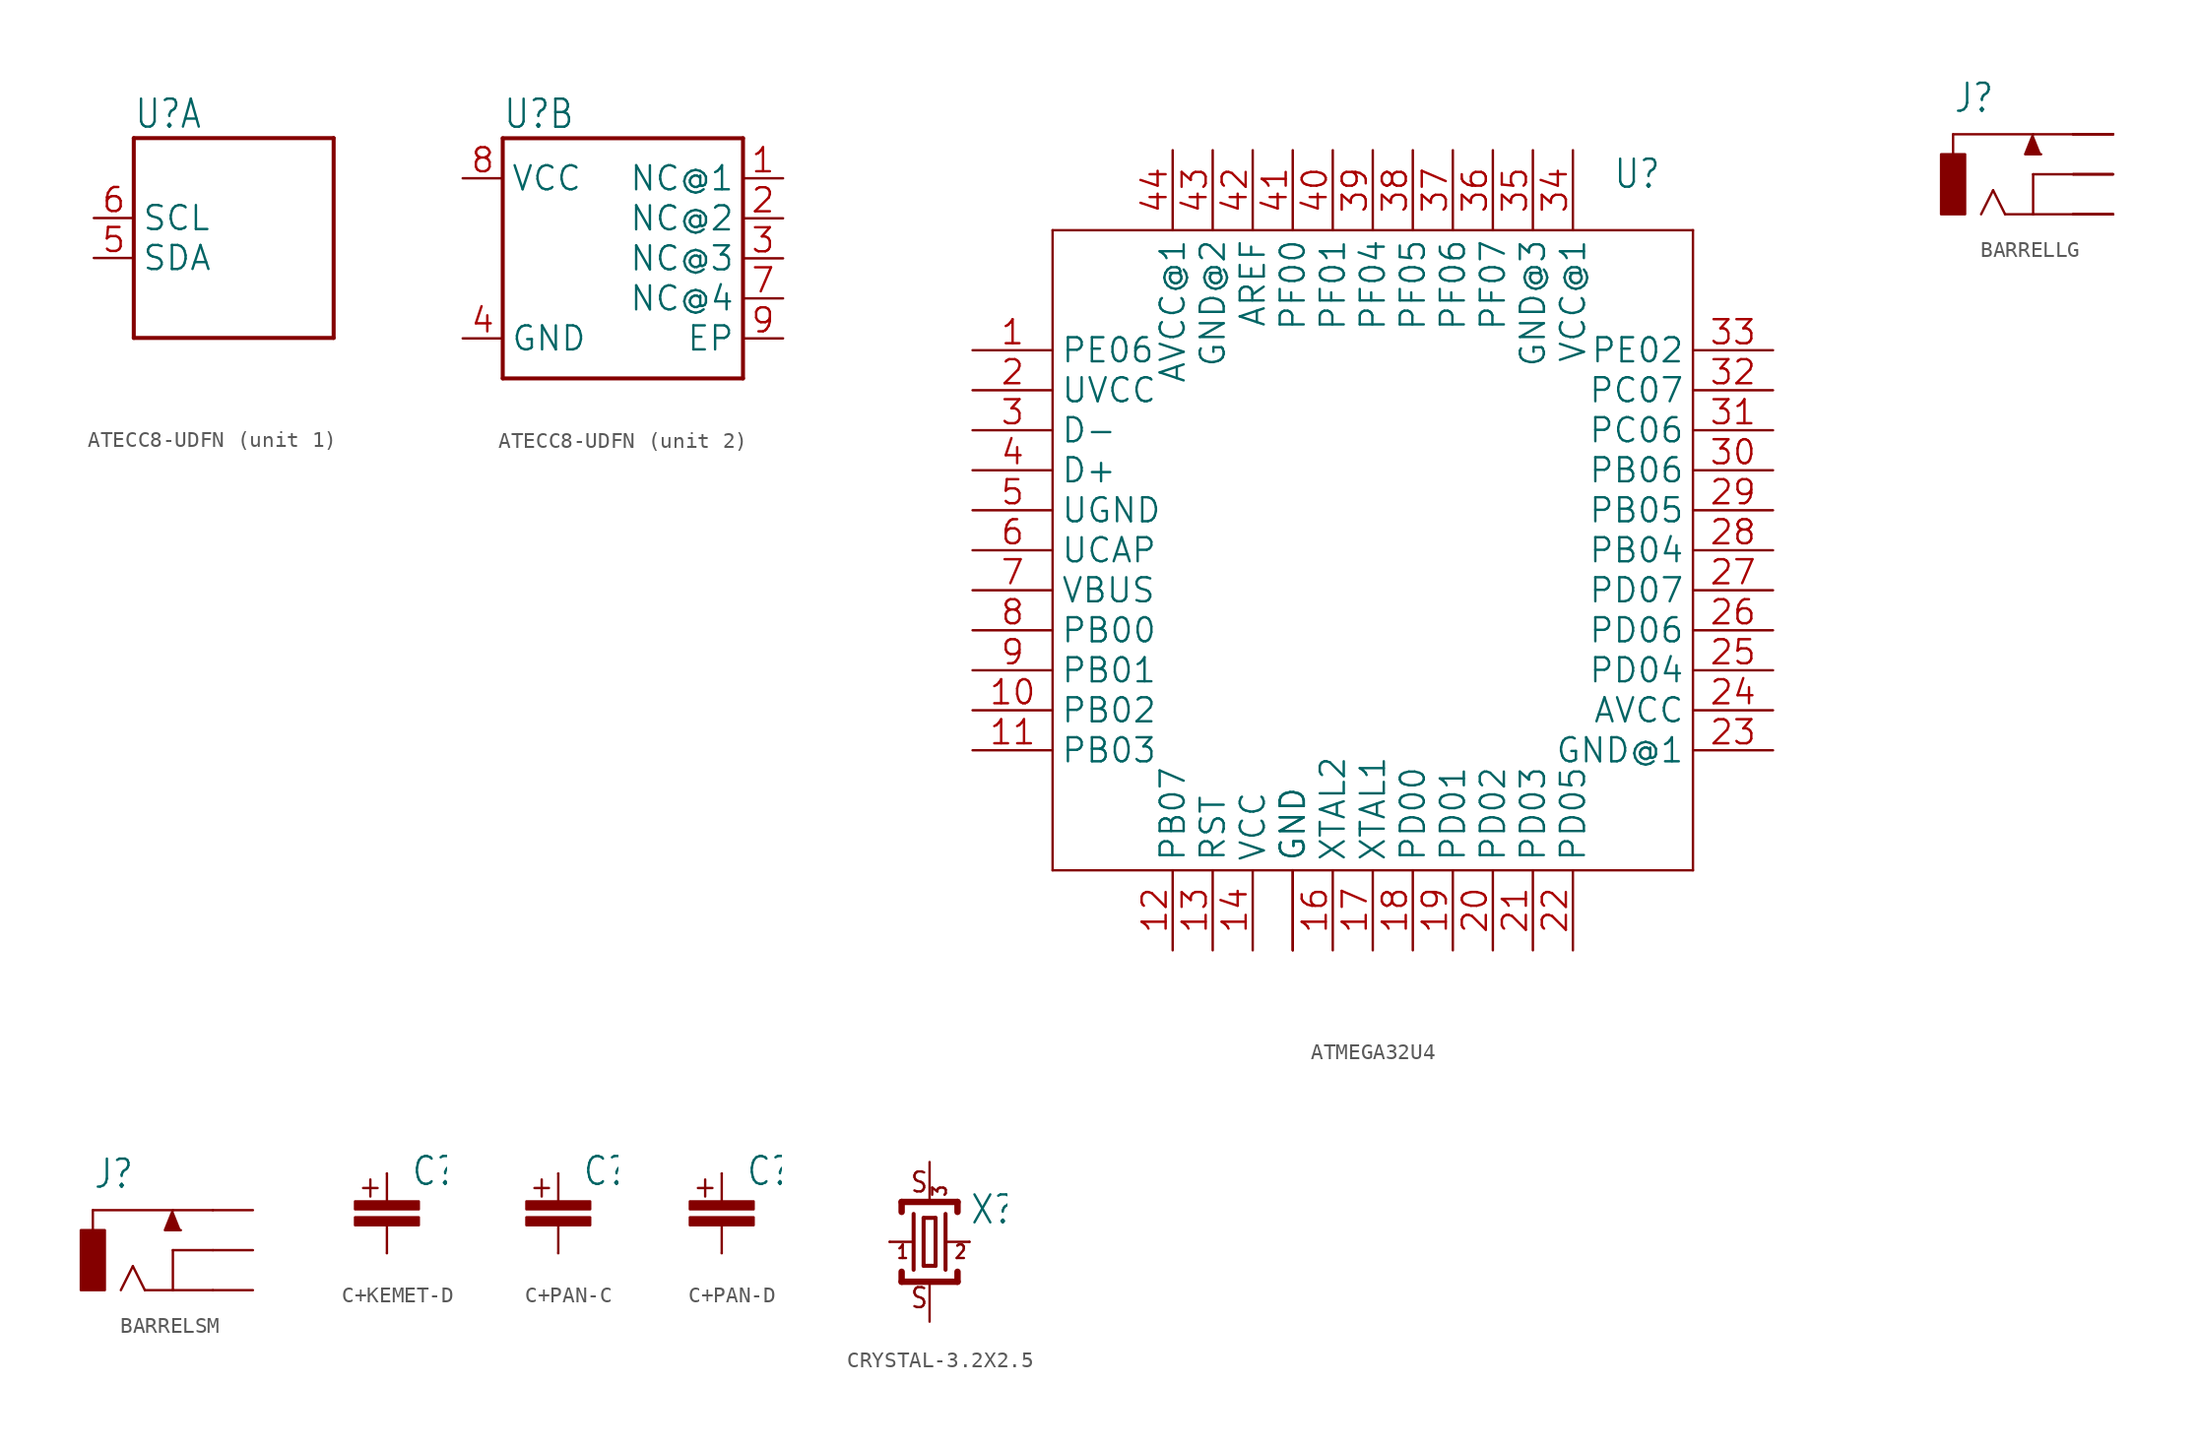
<source format=kicad_sym>
(kicad_symbol_lib
  (version 20241209)
  (generator "kicad_symbol_editor")
  (generator_version "9.0")
  (symbol "ATECC8-UDFN"
    (property "Reference" "U"
      (at -7.62 8.128 0)
      (effects (font (size 1.778 1.511)) (justify left bottom)))
    (property "Value" ""
      (at -7.62 -8.128 0)
      (effects (font (size 1.778 1.511)) (justify left top)))
    (property "ki_locked" ""
      (at 0 0 0)
      (effects (font (size 1.27 1.27))))
    (symbol "ATECC8-UDFN_1_0"
      (polyline (pts (xy -7.62 7.62) (xy 5.08 7.62)) (stroke (width 0.254) (type solid)) (fill (type none)))
      (polyline (pts (xy -7.62 -5.08) (xy -7.62 7.62)) (stroke (width 0.254) (type solid)) (fill (type none)))
      (polyline (pts (xy 5.08 7.62) (xy 5.08 -5.08)) (stroke (width 0.254) (type solid)) (fill (type none)))
      (polyline (pts (xy 5.08 -5.08) (xy -7.62 -5.08)) (stroke (width 0.254) (type solid)) (fill (type none)))
      (pin input line (at -10.16 2.54 0) (length 2.54) (name "SCL" (effects (font (size 1.524 1.524)))) (number "6" (effects (font (size 1.524 1.524)))))
      (pin bidirectional line (at -10.16 0 0) (length 2.54) (name "SDA" (effects (font (size 1.524 1.524)))) (number "5" (effects (font (size 1.524 1.524))))))
    (symbol "ATECC8-UDFN_2_0"
      (polyline (pts (xy -7.62 7.62) (xy 7.62 7.62)) (stroke (width 0.254) (type solid)) (fill (type none)))
      (polyline (pts (xy -7.62 -7.62) (xy -7.62 7.62)) (stroke (width 0.254) (type solid)) (fill (type none)))
      (polyline (pts (xy 7.62 7.62) (xy 7.62 -7.62)) (stroke (width 0.254) (type solid)) (fill (type none)))
      (polyline (pts (xy 7.62 -7.62) (xy -7.62 -7.62)) (stroke (width 0.254) (type solid)) (fill (type none)))
      (pin power_in line (at -10.16 5.08 0) (length 2.54) (name "VCC" (effects (font (size 1.524 1.524)))) (number "8" (effects (font (size 1.524 1.524)))))
      (pin power_in line (at -10.16 -5.08 0) (length 2.54) (name "GND" (effects (font (size 1.524 1.524)))) (number "4" (effects (font (size 1.524 1.524)))))
      (pin bidirectional line (at 10.16 5.08 180) (length 2.54) (name "NC@1" (effects (font (size 1.524 1.524)))) (number "1" (effects (font (size 1.524 1.524)))))
      (pin bidirectional line (at 10.16 2.54 180) (length 2.54) (name "NC@2" (effects (font (size 1.524 1.524)))) (number "2" (effects (font (size 1.524 1.524)))))
      (pin bidirectional line (at 10.16 0 180) (length 2.54) (name "NC@3" (effects (font (size 1.524 1.524)))) (number "3" (effects (font (size 1.524 1.524)))))
      (pin bidirectional line (at 10.16 -2.54 180) (length 2.54) (name "NC@4" (effects (font (size 1.524 1.524)))) (number "7" (effects (font (size 1.524 1.524)))))
      (pin passive line (at 10.16 -5.08 180) (length 2.54) (name "EP" (effects (font (size 1.524 1.524)))) (number "9" (effects (font (size 1.524 1.524)))))))
  (symbol "ATMEGA32U4"
    (property "Reference" "U"
      (at 15.24 22.86 0)
      (effects (font (size 1.778 1.511)) (justify left bottom)))
    (property "Value" ""
      (at 15.24 -22.86 0)
      (effects (font (size 1.778 1.511)) (justify left bottom)))
    (property "ki_locked" ""
      (at 0 0 0)
      (effects (font (size 1.27 1.27))))
    (symbol "ATMEGA32U4_1_0"
      (polyline (pts (xy -20.32 20.32) (xy -20.32 -20.32)) (stroke (width 0.152) (type solid)) (fill (type none)))
      (polyline (pts (xy -20.32 -20.32) (xy 20.32 -20.32)) (stroke (width 0.152) (type solid)) (fill (type none)))
      (polyline (pts (xy 20.32 20.32) (xy -20.32 20.32)) (stroke (width 0.152) (type solid)) (fill (type none)))
      (polyline (pts (xy 20.32 -20.32) (xy 20.32 20.32)) (stroke (width 0.152) (type solid)) (fill (type none)))
      (pin bidirectional line (at -25.4 12.7 0) (length 5.08) (name "PE06" (effects (font (size 1.524 1.524)))) (number "1" (effects (font (size 1.524 1.524)))))
      (pin bidirectional line (at -25.4 10.16 0) (length 5.08) (name "UVCC" (effects (font (size 1.524 1.524)))) (number "2" (effects (font (size 1.524 1.524)))))
      (pin bidirectional line (at -25.4 7.62 0) (length 5.08) (name "D-" (effects (font (size 1.524 1.524)))) (number "3" (effects (font (size 1.524 1.524)))))
      (pin bidirectional line (at -25.4 5.08 0) (length 5.08) (name "D+" (effects (font (size 1.524 1.524)))) (number "4" (effects (font (size 1.524 1.524)))))
      (pin bidirectional line (at -25.4 2.54 0) (length 5.08) (name "UGND" (effects (font (size 1.524 1.524)))) (number "5" (effects (font (size 1.524 1.524)))))
      (pin bidirectional line (at -25.4 0 0) (length 5.08) (name "UCAP" (effects (font (size 1.524 1.524)))) (number "6" (effects (font (size 1.524 1.524)))))
      (pin bidirectional line (at -25.4 -2.54 0) (length 5.08) (name "VBUS" (effects (font (size 1.524 1.524)))) (number "7" (effects (font (size 1.524 1.524)))))
      (pin bidirectional line (at -25.4 -5.08 0) (length 5.08) (name "PB00" (effects (font (size 1.524 1.524)))) (number "8" (effects (font (size 1.524 1.524)))))
      (pin bidirectional line (at -25.4 -7.62 0) (length 5.08) (name "PB01" (effects (font (size 1.524 1.524)))) (number "9" (effects (font (size 1.524 1.524)))))
      (pin bidirectional line (at -25.4 -10.16 0) (length 5.08) (name "PB02" (effects (font (size 1.524 1.524)))) (number "10" (effects (font (size 1.524 1.524)))))
      (pin bidirectional line (at -25.4 -12.7 0) (length 5.08) (name "PB03" (effects (font (size 1.524 1.524)))) (number "11" (effects (font (size 1.524 1.524)))))
      (pin bidirectional line (at -12.7 25.4 270) (length 5.08) (name "AVCC@1" (effects (font (size 1.524 1.524)))) (number "44" (effects (font (size 1.524 1.524)))))
      (pin bidirectional line (at -12.7 -25.4 90) (length 5.08) (name "PB07" (effects (font (size 1.524 1.524)))) (number "12" (effects (font (size 1.524 1.524)))))
      (pin bidirectional line (at -10.16 25.4 270) (length 5.08) (name "GND@2" (effects (font (size 1.524 1.524)))) (number "43" (effects (font (size 1.524 1.524)))))
      (pin bidirectional line (at -10.16 -25.4 90) (length 5.08) (name "RST" (effects (font (size 1.524 1.524)))) (number "13" (effects (font (size 1.524 1.524)))))
      (pin bidirectional line (at -7.62 25.4 270) (length 5.08) (name "AREF" (effects (font (size 1.524 1.524)))) (number "42" (effects (font (size 1.524 1.524)))))
      (pin bidirectional line (at -7.62 -25.4 90) (length 5.08) (name "VCC" (effects (font (size 1.524 1.524)))) (number "14" (effects (font (size 1.524 1.524)))))
      (pin bidirectional line (at -5.08 25.4 270) (length 5.08) (name "PF00" (effects (font (size 1.524 1.524)))) (number "41" (effects (font (size 1.524 1.524)))))
      (pin bidirectional line (at -5.08 -25.4 90) (length 5.08) (name "GND" (effects (font (size 1.524 1.524)))) (number "15" (effects (font (size 0 0)))))
      (pin bidirectional line (at -5.08 -25.4 90) (length 5.08) (name "GND" (effects (font (size 1.524 1.524)))) (number "45" (effects (font (size 0 0)))))
      (pin bidirectional line (at -2.54 25.4 270) (length 5.08) (name "PF01" (effects (font (size 1.524 1.524)))) (number "40" (effects (font (size 1.524 1.524)))))
      (pin bidirectional line (at -2.54 -25.4 90) (length 5.08) (name "XTAL2" (effects (font (size 1.524 1.524)))) (number "16" (effects (font (size 1.524 1.524)))))
      (pin bidirectional line (at 0 25.4 270) (length 5.08) (name "PF04" (effects (font (size 1.524 1.524)))) (number "39" (effects (font (size 1.524 1.524)))))
      (pin bidirectional line (at 0 -25.4 90) (length 5.08) (name "XTAL1" (effects (font (size 1.524 1.524)))) (number "17" (effects (font (size 1.524 1.524)))))
      (pin bidirectional line (at 2.54 25.4 270) (length 5.08) (name "PF05" (effects (font (size 1.524 1.524)))) (number "38" (effects (font (size 1.524 1.524)))))
      (pin bidirectional line (at 2.54 -25.4 90) (length 5.08) (name "PD00" (effects (font (size 1.524 1.524)))) (number "18" (effects (font (size 1.524 1.524)))))
      (pin bidirectional line (at 5.08 25.4 270) (length 5.08) (name "PF06" (effects (font (size 1.524 1.524)))) (number "37" (effects (font (size 1.524 1.524)))))
      (pin bidirectional line (at 5.08 -25.4 90) (length 5.08) (name "PD01" (effects (font (size 1.524 1.524)))) (number "19" (effects (font (size 1.524 1.524)))))
      (pin bidirectional line (at 7.62 25.4 270) (length 5.08) (name "PF07" (effects (font (size 1.524 1.524)))) (number "36" (effects (font (size 1.524 1.524)))))
      (pin bidirectional line (at 7.62 -25.4 90) (length 5.08) (name "PD02" (effects (font (size 1.524 1.524)))) (number "20" (effects (font (size 1.524 1.524)))))
      (pin bidirectional line (at 10.16 25.4 270) (length 5.08) (name "GND@3" (effects (font (size 1.524 1.524)))) (number "35" (effects (font (size 1.524 1.524)))))
      (pin bidirectional line (at 10.16 -25.4 90) (length 5.08) (name "PD03" (effects (font (size 1.524 1.524)))) (number "21" (effects (font (size 1.524 1.524)))))
      (pin bidirectional line (at 12.7 25.4 270) (length 5.08) (name "VCC@1" (effects (font (size 1.524 1.524)))) (number "34" (effects (font (size 1.524 1.524)))))
      (pin bidirectional line (at 12.7 -25.4 90) (length 5.08) (name "PD05" (effects (font (size 1.524 1.524)))) (number "22" (effects (font (size 1.524 1.524)))))
      (pin bidirectional line (at 25.4 12.7 180) (length 5.08) (name "PE02" (effects (font (size 1.524 1.524)))) (number "33" (effects (font (size 1.524 1.524)))))
      (pin bidirectional line (at 25.4 10.16 180) (length 5.08) (name "PC07" (effects (font (size 1.524 1.524)))) (number "32" (effects (font (size 1.524 1.524)))))
      (pin bidirectional line (at 25.4 7.62 180) (length 5.08) (name "PC06" (effects (font (size 1.524 1.524)))) (number "31" (effects (font (size 1.524 1.524)))))
      (pin bidirectional line (at 25.4 5.08 180) (length 5.08) (name "PB06" (effects (font (size 1.524 1.524)))) (number "30" (effects (font (size 1.524 1.524)))))
      (pin bidirectional line (at 25.4 2.54 180) (length 5.08) (name "PB05" (effects (font (size 1.524 1.524)))) (number "29" (effects (font (size 1.524 1.524)))))
      (pin bidirectional line (at 25.4 0 180) (length 5.08) (name "PB04" (effects (font (size 1.524 1.524)))) (number "28" (effects (font (size 1.524 1.524)))))
      (pin bidirectional line (at 25.4 -2.54 180) (length 5.08) (name "PD07" (effects (font (size 1.524 1.524)))) (number "27" (effects (font (size 1.524 1.524)))))
      (pin bidirectional line (at 25.4 -5.08 180) (length 5.08) (name "PD06" (effects (font (size 1.524 1.524)))) (number "26" (effects (font (size 1.524 1.524)))))
      (pin bidirectional line (at 25.4 -7.62 180) (length 5.08) (name "PD04" (effects (font (size 1.524 1.524)))) (number "25" (effects (font (size 1.524 1.524)))))
      (pin bidirectional line (at 25.4 -10.16 180) (length 5.08) (name "AVCC" (effects (font (size 1.524 1.524)))) (number "24" (effects (font (size 1.524 1.524)))))
      (pin bidirectional line (at 25.4 -12.7 180) (length 5.08) (name "GND@1" (effects (font (size 1.524 1.524)))) (number "23" (effects (font (size 1.524 1.524)))))))
  (symbol "BARRELLG"
    (property "Reference" "J"
      (at -2.54 3.81 0)
      (effects (font (size 1.778 1.511)) (justify left bottom)))
    (property "ki_locked" ""
      (at 0 0 0)
      (effects (font (size 1.27 1.27))))
    (symbol "BARRELLG_1_0"
      (rectangle (start -3.302 -2.54) (end -1.778 1.27) (stroke (width 0) (type default)) (fill (type outline)))
      (polyline (pts (xy -2.54 2.54) (xy -2.54 1.27)) (stroke (width 0.152) (type solid)) (fill (type none)))
      (polyline (pts (xy 0 -1.016) (xy -0.762 -2.54)) (stroke (width 0.152) (type solid)) (fill (type none)))
      (polyline (pts (xy 0.762 -2.54) (xy 0 -1.016)) (stroke (width 0.152) (type solid)) (fill (type none)))
      (polyline (pts (xy 2.54 2.54) (xy 2.032 1.27) (xy 3.048 1.27)) (stroke (width 0.152) (type solid)) (fill (type outline)))
      (polyline (pts (xy 2.54 0) (xy 2.54 -2.54)) (stroke (width 0.152) (type solid)) (fill (type none)))
      (polyline (pts (xy 2.54 -2.54) (xy 0.762 -2.54)) (stroke (width 0.152) (type solid)) (fill (type none)))
      (polyline (pts (xy 5.08 2.54) (xy -2.54 2.54)) (stroke (width 0.152) (type solid)) (fill (type none)))
      (polyline (pts (xy 5.08 0) (xy 2.54 0)) (stroke (width 0.152) (type solid)) (fill (type none)))
      (polyline (pts (xy 5.08 -2.54) (xy 2.54 -2.54)) (stroke (width 0.152) (type solid)) (fill (type none)))
      (pin passive line (at 7.62 2.54 180) (length 2.54) (name "1" (effects (font (size 0 0)))) (number "-1" (effects (font (size 0 0)))))
      (pin passive line (at 7.62 2.54 180) (length 2.54) (name "1" (effects (font (size 0 0)))) (number "-2" (effects (font (size 0 0)))))
      (pin passive line (at 7.62 2.54 180) (length 2.54) (name "1" (effects (font (size 0 0)))) (number "-3" (effects (font (size 0 0)))))
      (pin passive line (at 7.62 0 180) (length 2.54) (name "2" (effects (font (size 0 0)))) (number "E1" (effects (font (size 0 0)))))
      (pin passive line (at 7.62 0 180) (length 2.54) (name "2" (effects (font (size 0 0)))) (number "E2" (effects (font (size 0 0)))))
      (pin passive line (at 7.62 0 180) (length 2.54) (name "2" (effects (font (size 0 0)))) (number "E3" (effects (font (size 0 0)))))
      (pin passive line (at 7.62 -2.54 180) (length 2.54) (name "3" (effects (font (size 0 0)))) (number "+1" (effects (font (size 0 0)))))
      (pin passive line (at 7.62 -2.54 180) (length 2.54) (name "3" (effects (font (size 0 0)))) (number "+2" (effects (font (size 0 0)))))
      (pin passive line (at 7.62 -2.54 180) (length 2.54) (name "3" (effects (font (size 0 0)))) (number "+3" (effects (font (size 0 0)))))))
  (symbol "BARRELSM"
    (property "Reference" "J"
      (at -2.54 3.81 0)
      (effects (font (size 1.778 1.511)) (justify left bottom)))
    (property "ki_locked" ""
      (at 0 0 0)
      (effects (font (size 1.27 1.27))))
    (symbol "BARRELSM_1_0"
      (rectangle (start -3.302 -2.54) (end -1.778 1.27) (stroke (width 0) (type default)) (fill (type outline)))
      (polyline (pts (xy -2.54 2.54) (xy -2.54 1.27)) (stroke (width 0.152) (type solid)) (fill (type none)))
      (polyline (pts (xy 0 -1.016) (xy -0.762 -2.54)) (stroke (width 0.152) (type solid)) (fill (type none)))
      (polyline (pts (xy 0.762 -2.54) (xy 0 -1.016)) (stroke (width 0.152) (type solid)) (fill (type none)))
      (polyline (pts (xy 2.54 2.54) (xy 2.032 1.27) (xy 3.048 1.27)) (stroke (width 0.152) (type solid)) (fill (type outline)))
      (polyline (pts (xy 2.54 0) (xy 2.54 -2.54)) (stroke (width 0.152) (type solid)) (fill (type none)))
      (polyline (pts (xy 2.54 -2.54) (xy 0.762 -2.54)) (stroke (width 0.152) (type solid)) (fill (type none)))
      (polyline (pts (xy 5.08 2.54) (xy -2.54 2.54)) (stroke (width 0.152) (type solid)) (fill (type none)))
      (polyline (pts (xy 5.08 0) (xy 2.54 0)) (stroke (width 0.152) (type solid)) (fill (type none)))
      (polyline (pts (xy 5.08 -2.54) (xy 2.54 -2.54)) (stroke (width 0.152) (type solid)) (fill (type none)))
      (pin passive line (at 7.62 2.54 180) (length 2.54) (name "1" (effects (font (size 0 0)))) (number "1" (effects (font (size 0 0)))))
      (pin passive line (at 7.62 0 180) (length 2.54) (name "2" (effects (font (size 0 0)))) (number "2" (effects (font (size 0 0)))))
      (pin passive line (at 7.62 -2.54 180) (length 2.54) (name "3" (effects (font (size 0 0)))) (number "3" (effects (font (size 0 0)))))))
  (symbol "C+KEMET-D"
    (property "Reference" "C"
      (at 1.524 1.651 0)
      (effects (font (size 1.778 1.511)) (justify left bottom)))
    (property "Value" ""
      (at 1.524 -3.429 0)
      (effects (font (size 1.778 1.511)) (justify left bottom)))
    (property "ki_locked" ""
      (at 0 0 0)
      (effects (font (size 1.27 1.27))))
    (symbol "C+KEMET-D_1_0"
      (rectangle (start -2.032 0.254) (end 2.032 0.762) (stroke (width 0) (type default)) (fill (type outline)))
      (rectangle (start -2.032 -0.762) (end 2.032 -0.254) (stroke (width 0) (type default)) (fill (type outline)))
      (polyline (pts (xy 0 2.54) (xy 0 0.762)) (stroke (width 0.152) (type solid)) (fill (type none)))
      (polyline (pts (xy 0 -2.54) (xy 0 -0.762)) (stroke (width 0.152) (type solid)) (fill (type none)))
      (text "+" (at -1.905 0.889 0) (effects (font (size 1.422 1.209)) (justify left bottom)))
      (pin passive line (at 0 2.54 270) (length 0) (name "+" (effects (font (size 0 0)))) (number "+" (effects (font (size 0 0)))))
      (pin passive line (at 0 -2.54 90) (length 0) (name "-" (effects (font (size 0 0)))) (number "-" (effects (font (size 0 0)))))))
  (symbol "C+PAN-C"
    (property "Reference" "C"
      (at 1.524 1.651 0)
      (effects (font (size 1.778 1.511)) (justify left bottom)))
    (property "Value" ""
      (at 1.524 -3.429 0)
      (effects (font (size 1.778 1.511)) (justify left bottom)))
    (property "ki_locked" ""
      (at 0 0 0)
      (effects (font (size 1.27 1.27))))
    (symbol "C+PAN-C_1_0"
      (rectangle (start -2.032 0.254) (end 2.032 0.762) (stroke (width 0) (type default)) (fill (type outline)))
      (rectangle (start -2.032 -0.762) (end 2.032 -0.254) (stroke (width 0) (type default)) (fill (type outline)))
      (polyline (pts (xy 0 2.54) (xy 0 0.762)) (stroke (width 0.152) (type solid)) (fill (type none)))
      (polyline (pts (xy 0 -2.54) (xy 0 -0.762)) (stroke (width 0.152) (type solid)) (fill (type none)))
      (text "+" (at -1.905 0.889 0) (effects (font (size 1.422 1.209)) (justify left bottom)))
      (pin passive line (at 0 2.54 270) (length 0) (name "+" (effects (font (size 0 0)))) (number "+" (effects (font (size 0 0)))))
      (pin passive line (at 0 -2.54 90) (length 0) (name "-" (effects (font (size 0 0)))) (number "-" (effects (font (size 0 0)))))))
  (symbol "C+PAN-D"
    (property "Reference" "C"
      (at 1.524 1.651 0)
      (effects (font (size 1.778 1.511)) (justify left bottom)))
    (property "Value" ""
      (at 1.524 -3.429 0)
      (effects (font (size 1.778 1.511)) (justify left bottom)))
    (property "ki_locked" ""
      (at 0 0 0)
      (effects (font (size 1.27 1.27))))
    (symbol "C+PAN-D_1_0"
      (rectangle (start -2.032 0.254) (end 2.032 0.762) (stroke (width 0) (type default)) (fill (type outline)))
      (rectangle (start -2.032 -0.762) (end 2.032 -0.254) (stroke (width 0) (type default)) (fill (type outline)))
      (polyline (pts (xy 0 2.54) (xy 0 0.762)) (stroke (width 0.152) (type solid)) (fill (type none)))
      (polyline (pts (xy 0 -2.54) (xy 0 -0.762)) (stroke (width 0.152) (type solid)) (fill (type none)))
      (text "+" (at -1.905 0.889 0) (effects (font (size 1.422 1.209)) (justify left bottom)))
      (pin passive line (at 0 2.54 270) (length 0) (name "+" (effects (font (size 0 0)))) (number "+" (effects (font (size 0 0)))))
      (pin passive line (at 0 -2.54 90) (length 0) (name "-" (effects (font (size 0 0)))) (number "-" (effects (font (size 0 0)))))))
  (symbol "CRYSTAL-3.2X2.5"
    (property "Reference" "X"
      (at 2.54 1.016 0)
      (effects (font (size 1.778 1.511)) (justify left bottom)))
    (property "Value" ""
      (at 2.54 -2.54 0)
      (effects (font (size 1.778 1.511)) (justify left bottom)))
    (property "ki_locked" ""
      (at 0 0 0)
      (effects (font (size 1.27 1.27))))
    (symbol "CRYSTAL-3.2X2.5_1_0"
      (polyline (pts (xy -2.54 0) (xy -1.016 0)) (stroke (width 0.152) (type solid)) (fill (type none)))
      (polyline (pts (xy -1.778 2.54) (xy 1.778 2.54)) (stroke (width 0.406) (type solid)) (fill (type none)))
      (polyline (pts (xy -1.778 1.905) (xy -1.778 2.54)) (stroke (width 0.406) (type solid)) (fill (type none)))
      (polyline (pts (xy -1.778 -2.54) (xy -1.778 -1.905)) (stroke (width 0.406) (type solid)) (fill (type none)))
      (polyline (pts (xy -1.778 -2.54) (xy 1.778 -2.54)) (stroke (width 0.406) (type solid)) (fill (type none)))
      (polyline (pts (xy -1.016 1.778) (xy -1.016 -1.778)) (stroke (width 0.254) (type solid)) (fill (type none)))
      (polyline (pts (xy -0.381 1.524) (xy -0.381 -1.524)) (stroke (width 0.254) (type solid)) (fill (type none)))
      (polyline (pts (xy -0.381 -1.524) (xy 0.381 -1.524)) (stroke (width 0.254) (type solid)) (fill (type none)))
      (polyline (pts (xy 0.381 1.524) (xy -0.381 1.524)) (stroke (width 0.254) (type solid)) (fill (type none)))
      (polyline (pts (xy 0.381 -1.524) (xy 0.381 1.524)) (stroke (width 0.254) (type solid)) (fill (type none)))
      (polyline (pts (xy 1.016 1.778) (xy 1.016 -1.778)) (stroke (width 0.254) (type solid)) (fill (type none)))
      (polyline (pts (xy 1.016 0) (xy 2.54 0)) (stroke (width 0.152) (type solid)) (fill (type none)))
      (polyline (pts (xy 1.778 2.54) (xy 1.778 1.905)) (stroke (width 0.406) (type solid)) (fill (type none)))
      (polyline (pts (xy 1.778 -1.905) (xy 1.778 -2.54)) (stroke (width 0.406) (type solid)) (fill (type none)))
      (text "1" (at -2.159 -1.143 0) (effects (font (size 0.864 0.734)) (justify left bottom)))
      (text "S" (at -1.27 3.048 0) (effects (font (size 1.27 1.079)) (justify left bottom)))
      (text "S" (at -1.27 -4.318 0) (effects (font (size 1.27 1.079)) (justify left bottom)))
      (text "3" (at 1.143 2.794 900) (effects (font (size 0.864 0.734)) (justify left bottom)))
      (text "2" (at 1.524 -1.143 0) (effects (font (size 0.864 0.734)) (justify left bottom)))
      (pin passive line (at -2.54 0 0) (length 0) (name "C1" (effects (font (size 0 0)))) (number "1" (effects (font (size 0 0)))))
      (pin passive line (at 0 5.08 270) (length 2.54) (name "GND@2" (effects (font (size 0 0)))) (number "4" (effects (font (size 0 0)))))
      (pin passive line (at 0 -5.08 90) (length 2.54) (name "GND@1" (effects (font (size 0 0)))) (number "2" (effects (font (size 0 0)))))
      (pin passive line (at 2.54 0 180) (length 0) (name "C2" (effects (font (size 0 0)))) (number "3" (effects (font (size 0 0))))))))
</source>
